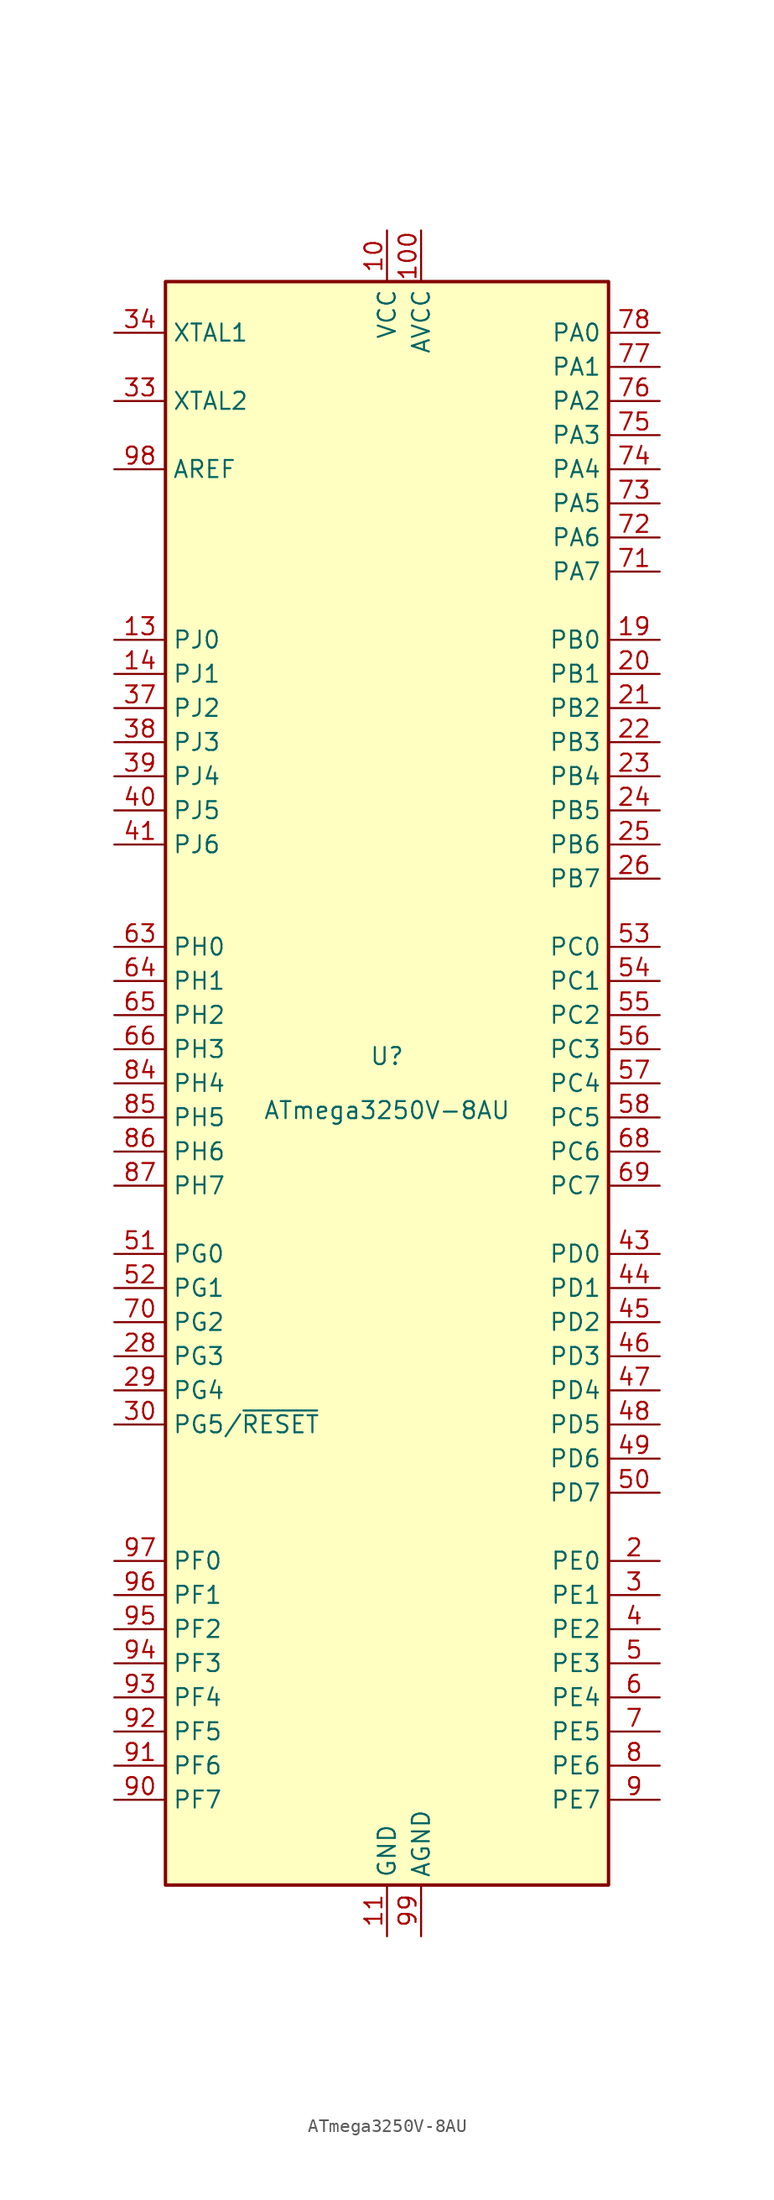
<source format=kicad_sym>
(kicad_symbol_lib
  (version 20211014)
  (generator kicad_symbol_editor)
  (symbol "ATmega3250V-8AU"
    (property "Reference" "U"
      (at 0 1.27 0)
      (effects (font (size 1.27 1.27)) (justify bottom)))
    (property "Value" "ATmega3250V-8AU"
      (at 0 -1.27 0)
      (effects (font (size 1.27 1.27)) (justify top)))
    (symbol "ATmega3250V-8AU_0_1"
      (rectangle (start -16.51 -59.69) (end 16.51 59.69) (stroke (width 0.254) (type default) (color 0 0 0 0)) (fill (type background))))
    (symbol "ATmega3250V-8AU_1_1"
      (pin no_connect line (at -15.24 40.64 0) (length 2.54) hide (name "NC" (effects (font (size 1.27 1.27)))) (number "1" (effects (font (size 1.27 1.27)))))
      (pin power_in line (at 0 63.5 270) (length 3.81) (name "VCC" (effects (font (size 1.27 1.27)))) (number "10" (effects (font (size 1.27 1.27)))))
      (pin power_in line (at 2.54 63.5 270) (length 3.81) (name "AVCC" (effects (font (size 1.27 1.27)))) (number "100" (effects (font (size 1.27 1.27)))))
      (pin power_in line (at 0 -63.5 90) (length 3.81) (name "GND" (effects (font (size 1.27 1.27)))) (number "11" (effects (font (size 1.27 1.27)))))
      (pin no_connect line (at -15.24 38.1 0) (length 2.54) hide (name "NC" (effects (font (size 1.27 1.27)))) (number "12" (effects (font (size 1.27 1.27)))))
      (pin bidirectional line (at -20.32 33.02 0) (length 3.81) (name "PJ0" (effects (font (size 1.27 1.27)))) (number "13" (effects (font (size 1.27 1.27)))))
      (pin bidirectional line (at -20.32 30.48 0) (length 3.81) (name "PJ1" (effects (font (size 1.27 1.27)))) (number "14" (effects (font (size 1.27 1.27)))))
      (pin no_connect line (at -15.24 35.56 0) (length 2.54) hide (name "NC" (effects (font (size 1.27 1.27)))) (number "15" (effects (font (size 1.27 1.27)))))
      (pin no_connect line (at -15.24 15.24 0) (length 2.54) hide (name "NC" (effects (font (size 1.27 1.27)))) (number "16" (effects (font (size 1.27 1.27)))))
      (pin no_connect line (at -15.24 12.7 0) (length 2.54) hide (name "NC" (effects (font (size 1.27 1.27)))) (number "17" (effects (font (size 1.27 1.27)))))
      (pin no_connect line (at -15.24 -10.16 0) (length 2.54) hide (name "NC" (effects (font (size 1.27 1.27)))) (number "18" (effects (font (size 1.27 1.27)))))
      (pin bidirectional line (at 20.32 33.02 180) (length 3.81) (name "PB0" (effects (font (size 1.27 1.27)))) (number "19" (effects (font (size 1.27 1.27)))))
      (pin bidirectional line (at 20.32 -35.56 180) (length 3.81) (name "PE0" (effects (font (size 1.27 1.27)))) (number "2" (effects (font (size 1.27 1.27)))))
      (pin bidirectional line (at 20.32 30.48 180) (length 3.81) (name "PB1" (effects (font (size 1.27 1.27)))) (number "20" (effects (font (size 1.27 1.27)))))
      (pin bidirectional line (at 20.32 27.94 180) (length 3.81) (name "PB2" (effects (font (size 1.27 1.27)))) (number "21" (effects (font (size 1.27 1.27)))))
      (pin bidirectional line (at 20.32 25.4 180) (length 3.81) (name "PB3" (effects (font (size 1.27 1.27)))) (number "22" (effects (font (size 1.27 1.27)))))
      (pin bidirectional line (at 20.32 22.86 180) (length 3.81) (name "PB4" (effects (font (size 1.27 1.27)))) (number "23" (effects (font (size 1.27 1.27)))))
      (pin bidirectional line (at 20.32 20.32 180) (length 3.81) (name "PB5" (effects (font (size 1.27 1.27)))) (number "24" (effects (font (size 1.27 1.27)))))
      (pin bidirectional line (at 20.32 17.78 180) (length 3.81) (name "PB6" (effects (font (size 1.27 1.27)))) (number "25" (effects (font (size 1.27 1.27)))))
      (pin bidirectional line (at 20.32 15.24 180) (length 3.81) (name "PB7" (effects (font (size 1.27 1.27)))) (number "26" (effects (font (size 1.27 1.27)))))
      (pin no_connect line (at -15.24 -27.94 0) (length 2.54) hide (name "NC" (effects (font (size 1.27 1.27)))) (number "27" (effects (font (size 1.27 1.27)))))
      (pin bidirectional line (at -20.32 -20.32 0) (length 3.81) (name "PG3" (effects (font (size 1.27 1.27)))) (number "28" (effects (font (size 1.27 1.27)))))
      (pin bidirectional line (at -20.32 -22.86 0) (length 3.81) (name "PG4" (effects (font (size 1.27 1.27)))) (number "29" (effects (font (size 1.27 1.27)))))
      (pin bidirectional line (at 20.32 -38.1 180) (length 3.81) (name "PE1" (effects (font (size 1.27 1.27)))) (number "3" (effects (font (size 1.27 1.27)))))
      (pin bidirectional line (at -20.32 -25.4 0) (length 3.81) (name "PG5/~{RESET}" (effects (font (size 1.27 1.27)))) (number "30" (effects (font (size 1.27 1.27)))))
      (pin passive line (at 0 63.5 270) (length 3.81) hide (name "VCC" (effects (font (size 1.27 1.27)))) (number "31" (effects (font (size 1.27 1.27)))))
      (pin passive line (at 0 -63.5 90) (length 3.81) hide (name "GND" (effects (font (size 1.27 1.27)))) (number "32" (effects (font (size 1.27 1.27)))))
      (pin output line (at -20.32 50.8 0) (length 3.81) (name "XTAL2" (effects (font (size 1.27 1.27)))) (number "33" (effects (font (size 1.27 1.27)))))
      (pin input line (at -20.32 55.88 0) (length 3.81) (name "XTAL1" (effects (font (size 1.27 1.27)))) (number "34" (effects (font (size 1.27 1.27)))))
      (pin no_connect line (at -15.24 -30.48 0) (length 2.54) hide (name "NC" (effects (font (size 1.27 1.27)))) (number "35" (effects (font (size 1.27 1.27)))))
      (pin no_connect line (at -15.24 -33.02 0) (length 2.54) hide (name "NC" (effects (font (size 1.27 1.27)))) (number "36" (effects (font (size 1.27 1.27)))))
      (pin bidirectional line (at -20.32 27.94 0) (length 3.81) (name "PJ2" (effects (font (size 1.27 1.27)))) (number "37" (effects (font (size 1.27 1.27)))))
      (pin bidirectional line (at -20.32 25.4 0) (length 3.81) (name "PJ3" (effects (font (size 1.27 1.27)))) (number "38" (effects (font (size 1.27 1.27)))))
      (pin bidirectional line (at -20.32 22.86 0) (length 3.81) (name "PJ4" (effects (font (size 1.27 1.27)))) (number "39" (effects (font (size 1.27 1.27)))))
      (pin bidirectional line (at 20.32 -40.64 180) (length 3.81) (name "PE2" (effects (font (size 1.27 1.27)))) (number "4" (effects (font (size 1.27 1.27)))))
      (pin bidirectional line (at -20.32 20.32 0) (length 3.81) (name "PJ5" (effects (font (size 1.27 1.27)))) (number "40" (effects (font (size 1.27 1.27)))))
      (pin bidirectional line (at -20.32 17.78 0) (length 3.81) (name "PJ6" (effects (font (size 1.27 1.27)))) (number "41" (effects (font (size 1.27 1.27)))))
      (pin no_connect line (at -15.24 -58.42 90) (length 2.54) hide (name "NC" (effects (font (size 1.27 1.27)))) (number "42" (effects (font (size 1.27 1.27)))))
      (pin bidirectional line (at 20.32 -12.7 180) (length 3.81) (name "PD0" (effects (font (size 1.27 1.27)))) (number "43" (effects (font (size 1.27 1.27)))))
      (pin bidirectional line (at 20.32 -15.24 180) (length 3.81) (name "PD1" (effects (font (size 1.27 1.27)))) (number "44" (effects (font (size 1.27 1.27)))))
      (pin bidirectional line (at 20.32 -17.78 180) (length 3.81) (name "PD2" (effects (font (size 1.27 1.27)))) (number "45" (effects (font (size 1.27 1.27)))))
      (pin bidirectional line (at 20.32 -20.32 180) (length 3.81) (name "PD3" (effects (font (size 1.27 1.27)))) (number "46" (effects (font (size 1.27 1.27)))))
      (pin bidirectional line (at 20.32 -22.86 180) (length 3.81) (name "PD4" (effects (font (size 1.27 1.27)))) (number "47" (effects (font (size 1.27 1.27)))))
      (pin bidirectional line (at 20.32 -25.4 180) (length 3.81) (name "PD5" (effects (font (size 1.27 1.27)))) (number "48" (effects (font (size 1.27 1.27)))))
      (pin bidirectional line (at 20.32 -27.94 180) (length 3.81) (name "PD6" (effects (font (size 1.27 1.27)))) (number "49" (effects (font (size 1.27 1.27)))))
      (pin bidirectional line (at 20.32 -43.18 180) (length 3.81) (name "PE3" (effects (font (size 1.27 1.27)))) (number "5" (effects (font (size 1.27 1.27)))))
      (pin bidirectional line (at 20.32 -30.48 180) (length 3.81) (name "PD7" (effects (font (size 1.27 1.27)))) (number "50" (effects (font (size 1.27 1.27)))))
      (pin bidirectional line (at -20.32 -12.7 0) (length 3.81) (name "PG0" (effects (font (size 1.27 1.27)))) (number "51" (effects (font (size 1.27 1.27)))))
      (pin bidirectional line (at -20.32 -15.24 0) (length 3.81) (name "PG1" (effects (font (size 1.27 1.27)))) (number "52" (effects (font (size 1.27 1.27)))))
      (pin bidirectional line (at 20.32 10.16 180) (length 3.81) (name "PC0" (effects (font (size 1.27 1.27)))) (number "53" (effects (font (size 1.27 1.27)))))
      (pin bidirectional line (at 20.32 7.62 180) (length 3.81) (name "PC1" (effects (font (size 1.27 1.27)))) (number "54" (effects (font (size 1.27 1.27)))))
      (pin bidirectional line (at 20.32 5.08 180) (length 3.81) (name "PC2" (effects (font (size 1.27 1.27)))) (number "55" (effects (font (size 1.27 1.27)))))
      (pin bidirectional line (at 20.32 2.54 180) (length 3.81) (name "PC3" (effects (font (size 1.27 1.27)))) (number "56" (effects (font (size 1.27 1.27)))))
      (pin bidirectional line (at 20.32 0 180) (length 3.81) (name "PC4" (effects (font (size 1.27 1.27)))) (number "57" (effects (font (size 1.27 1.27)))))
      (pin bidirectional line (at 20.32 -2.54 180) (length 3.81) (name "PC5" (effects (font (size 1.27 1.27)))) (number "58" (effects (font (size 1.27 1.27)))))
      (pin no_connect line (at -12.7 -58.42 90) (length 2.54) hide (name "NC" (effects (font (size 1.27 1.27)))) (number "59" (effects (font (size 1.27 1.27)))))
      (pin bidirectional line (at 20.32 -45.72 180) (length 3.81) (name "PE4" (effects (font (size 1.27 1.27)))) (number "6" (effects (font (size 1.27 1.27)))))
      (pin no_connect line (at -10.16 -58.42 90) (length 2.54) hide (name "NC" (effects (font (size 1.27 1.27)))) (number "60" (effects (font (size 1.27 1.27)))))
      (pin no_connect line (at -7.62 -58.42 90) (length 2.54) hide (name "NC" (effects (font (size 1.27 1.27)))) (number "61" (effects (font (size 1.27 1.27)))))
      (pin no_connect line (at -5.08 -58.42 90) (length 2.54) hide (name "NC" (effects (font (size 1.27 1.27)))) (number "62" (effects (font (size 1.27 1.27)))))
      (pin bidirectional line (at -20.32 10.16 0) (length 3.81) (name "PH0" (effects (font (size 1.27 1.27)))) (number "63" (effects (font (size 1.27 1.27)))))
      (pin bidirectional line (at -20.32 7.62 0) (length 3.81) (name "PH1" (effects (font (size 1.27 1.27)))) (number "64" (effects (font (size 1.27 1.27)))))
      (pin bidirectional line (at -20.32 5.08 0) (length 3.81) (name "PH2" (effects (font (size 1.27 1.27)))) (number "65" (effects (font (size 1.27 1.27)))))
      (pin bidirectional line (at -20.32 2.54 0) (length 3.81) (name "PH3" (effects (font (size 1.27 1.27)))) (number "66" (effects (font (size 1.27 1.27)))))
      (pin no_connect line (at -2.54 -58.42 90) (length 2.54) hide (name "NC" (effects (font (size 1.27 1.27)))) (number "67" (effects (font (size 1.27 1.27)))))
      (pin bidirectional line (at 20.32 -5.08 180) (length 3.81) (name "PC6" (effects (font (size 1.27 1.27)))) (number "68" (effects (font (size 1.27 1.27)))))
      (pin bidirectional line (at 20.32 -7.62 180) (length 3.81) (name "PC7" (effects (font (size 1.27 1.27)))) (number "69" (effects (font (size 1.27 1.27)))))
      (pin bidirectional line (at 20.32 -48.26 180) (length 3.81) (name "PE5" (effects (font (size 1.27 1.27)))) (number "7" (effects (font (size 1.27 1.27)))))
      (pin bidirectional line (at -20.32 -17.78 0) (length 3.81) (name "PG2" (effects (font (size 1.27 1.27)))) (number "70" (effects (font (size 1.27 1.27)))))
      (pin bidirectional line (at 20.32 38.1 180) (length 3.81) (name "PA7" (effects (font (size 1.27 1.27)))) (number "71" (effects (font (size 1.27 1.27)))))
      (pin bidirectional line (at 20.32 40.64 180) (length 3.81) (name "PA6" (effects (font (size 1.27 1.27)))) (number "72" (effects (font (size 1.27 1.27)))))
      (pin bidirectional line (at 20.32 43.18 180) (length 3.81) (name "PA5" (effects (font (size 1.27 1.27)))) (number "73" (effects (font (size 1.27 1.27)))))
      (pin bidirectional line (at 20.32 45.72 180) (length 3.81) (name "PA4" (effects (font (size 1.27 1.27)))) (number "74" (effects (font (size 1.27 1.27)))))
      (pin bidirectional line (at 20.32 48.26 180) (length 3.81) (name "PA3" (effects (font (size 1.27 1.27)))) (number "75" (effects (font (size 1.27 1.27)))))
      (pin bidirectional line (at 20.32 50.8 180) (length 3.81) (name "PA2" (effects (font (size 1.27 1.27)))) (number "76" (effects (font (size 1.27 1.27)))))
      (pin bidirectional line (at 20.32 53.34 180) (length 3.81) (name "PA1" (effects (font (size 1.27 1.27)))) (number "77" (effects (font (size 1.27 1.27)))))
      (pin bidirectional line (at 20.32 55.88 180) (length 3.81) (name "PA0" (effects (font (size 1.27 1.27)))) (number "78" (effects (font (size 1.27 1.27)))))
      (pin no_connect line (at 5.08 -58.42 90) (length 2.54) hide (name "NC" (effects (font (size 1.27 1.27)))) (number "79" (effects (font (size 1.27 1.27)))))
      (pin bidirectional line (at 20.32 -50.8 180) (length 3.81) (name "PE6" (effects (font (size 1.27 1.27)))) (number "8" (effects (font (size 1.27 1.27)))))
      (pin passive line (at 0 63.5 270) (length 3.81) hide (name "VCC" (effects (font (size 1.27 1.27)))) (number "80" (effects (font (size 1.27 1.27)))))
      (pin passive line (at 0 -63.5 90) (length 3.81) hide (name "GND" (effects (font (size 1.27 1.27)))) (number "81" (effects (font (size 1.27 1.27)))))
      (pin no_connect line (at 7.62 -58.42 90) (length 2.54) hide (name "NC" (effects (font (size 1.27 1.27)))) (number "82" (effects (font (size 1.27 1.27)))))
      (pin no_connect line (at 10.16 -58.42 90) (length 2.54) hide (name "NC" (effects (font (size 1.27 1.27)))) (number "83" (effects (font (size 1.27 1.27)))))
      (pin bidirectional line (at -20.32 0 0) (length 3.81) (name "PH4" (effects (font (size 1.27 1.27)))) (number "84" (effects (font (size 1.27 1.27)))))
      (pin bidirectional line (at -20.32 -2.54 0) (length 3.81) (name "PH5" (effects (font (size 1.27 1.27)))) (number "85" (effects (font (size 1.27 1.27)))))
      (pin bidirectional line (at -20.32 -5.08 0) (length 3.81) (name "PH6" (effects (font (size 1.27 1.27)))) (number "86" (effects (font (size 1.27 1.27)))))
      (pin bidirectional line (at -20.32 -7.62 0) (length 3.81) (name "PH7" (effects (font (size 1.27 1.27)))) (number "87" (effects (font (size 1.27 1.27)))))
      (pin no_connect line (at 12.7 -58.42 90) (length 2.54) hide (name "NC" (effects (font (size 1.27 1.27)))) (number "88" (effects (font (size 1.27 1.27)))))
      (pin no_connect line (at 15.24 -58.42 90) (length 2.54) hide (name "NC" (effects (font (size 1.27 1.27)))) (number "89" (effects (font (size 1.27 1.27)))))
      (pin bidirectional line (at 20.32 -53.34 180) (length 3.81) (name "PE7" (effects (font (size 1.27 1.27)))) (number "9" (effects (font (size 1.27 1.27)))))
      (pin bidirectional line (at -20.32 -53.34 0) (length 3.81) (name "PF7" (effects (font (size 1.27 1.27)))) (number "90" (effects (font (size 1.27 1.27)))))
      (pin bidirectional line (at -20.32 -50.8 0) (length 3.81) (name "PF6" (effects (font (size 1.27 1.27)))) (number "91" (effects (font (size 1.27 1.27)))))
      (pin bidirectional line (at -20.32 -48.26 0) (length 3.81) (name "PF5" (effects (font (size 1.27 1.27)))) (number "92" (effects (font (size 1.27 1.27)))))
      (pin bidirectional line (at -20.32 -45.72 0) (length 3.81) (name "PF4" (effects (font (size 1.27 1.27)))) (number "93" (effects (font (size 1.27 1.27)))))
      (pin bidirectional line (at -20.32 -43.18 0) (length 3.81) (name "PF3" (effects (font (size 1.27 1.27)))) (number "94" (effects (font (size 1.27 1.27)))))
      (pin bidirectional line (at -20.32 -40.64 0) (length 3.81) (name "PF2" (effects (font (size 1.27 1.27)))) (number "95" (effects (font (size 1.27 1.27)))))
      (pin bidirectional line (at -20.32 -38.1 0) (length 3.81) (name "PF1" (effects (font (size 1.27 1.27)))) (number "96" (effects (font (size 1.27 1.27)))))
      (pin bidirectional line (at -20.32 -35.56 0) (length 3.81) (name "PF0" (effects (font (size 1.27 1.27)))) (number "97" (effects (font (size 1.27 1.27)))))
      (pin passive line (at -20.32 45.72 0) (length 3.81) (name "AREF" (effects (font (size 1.27 1.27)))) (number "98" (effects (font (size 1.27 1.27)))))
      (pin power_in line (at 2.54 -63.5 90) (length 3.81) (name "AGND" (effects (font (size 1.27 1.27)))) (number "99" (effects (font (size 1.27 1.27))))))))
</source>
